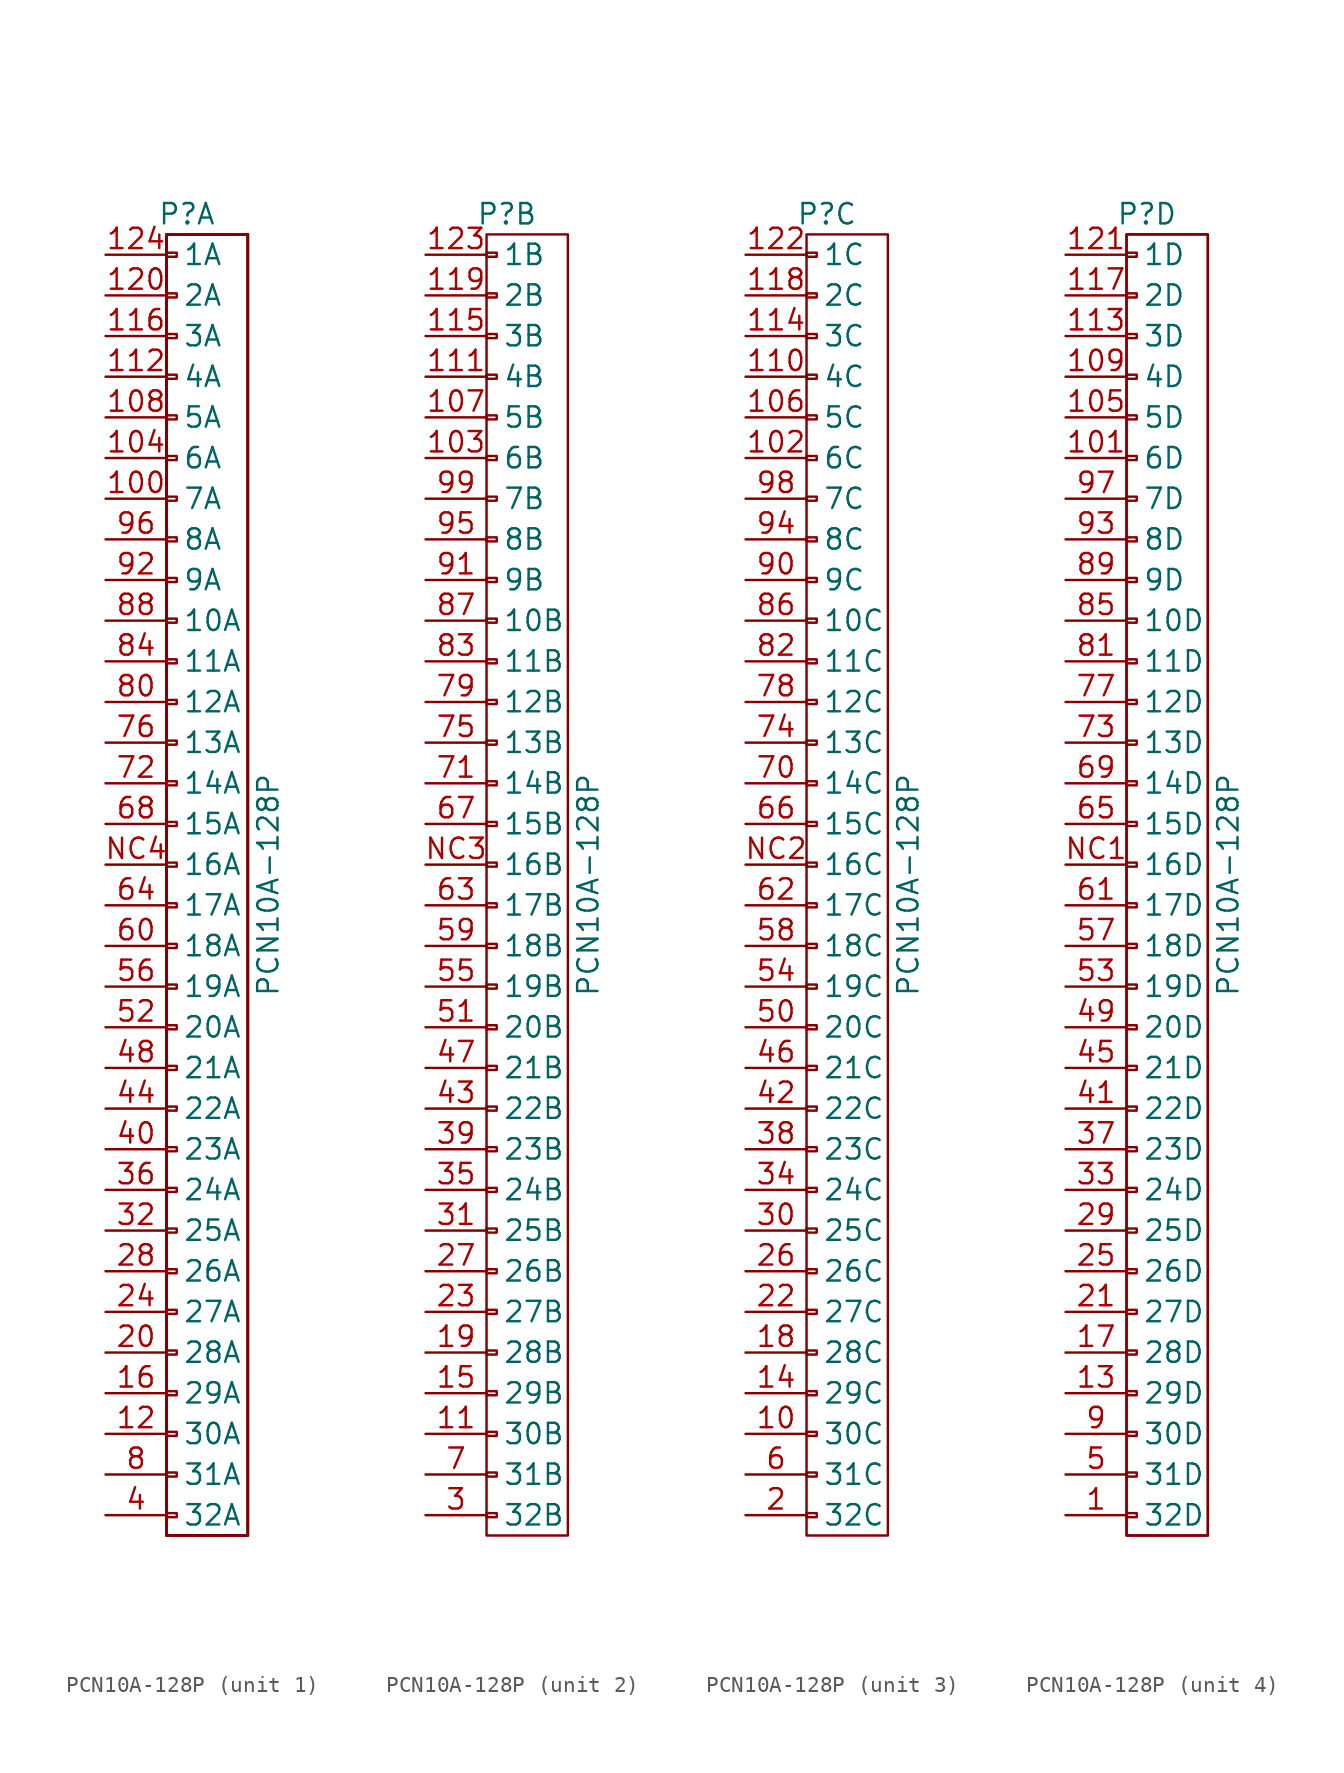
<source format=kicad_sym>
(kicad_symbol_lib
  (version 20211014)
  (generator kicad_symbol_editor)
  (symbol "PCN10A-128P"
    (pin_names
      (offset 1.016))
    (property "Reference" "P"
      (at 0 41.91 0)
      (effects (font (size 1.27 1.27))))
    (property "Value" "PCN10A-128P"
      (at 5.08 0 90)
      (effects (font (size 1.27 1.27))))
    (property "Footprint" ""
      (at 0 0 0)
      (effects (font (size 1.524 1.524))))
    (property "Datasheet" ""
      (at 0 0 0)
      (effects (font (size 1.524 1.524))))
    (property "ki_locked" ""
      (at 0 0 0)
      (effects (font (size 1.27 1.27))))
    (symbol "PCN10A-128P_0_1"
      (rectangle (start -1.27 -39.243) (end -0.635 -39.497) (stroke (width 0) (type default) (color 0 0 0 0)) (fill (type none)))
      (rectangle (start -1.27 -36.703) (end -0.635 -36.957) (stroke (width 0) (type default) (color 0 0 0 0)) (fill (type none)))
      (rectangle (start -1.27 -34.163) (end -0.635 -34.417) (stroke (width 0) (type default) (color 0 0 0 0)) (fill (type none)))
      (rectangle (start -1.27 -31.623) (end -0.635 -31.877) (stroke (width 0) (type default) (color 0 0 0 0)) (fill (type none)))
      (rectangle (start -1.27 -29.083) (end -0.635 -29.337) (stroke (width 0) (type default) (color 0 0 0 0)) (fill (type none)))
      (rectangle (start -1.27 -26.543) (end -0.635 -26.797) (stroke (width 0) (type default) (color 0 0 0 0)) (fill (type none)))
      (rectangle (start -1.27 -24.003) (end -0.635 -24.257) (stroke (width 0) (type default) (color 0 0 0 0)) (fill (type none)))
      (rectangle (start -1.27 -21.463) (end -0.635 -21.717) (stroke (width 0) (type default) (color 0 0 0 0)) (fill (type none)))
      (rectangle (start -1.27 -18.923) (end -0.635 -19.177) (stroke (width 0) (type default) (color 0 0 0 0)) (fill (type none)))
      (rectangle (start -1.27 -16.383) (end -0.635 -16.637) (stroke (width 0) (type default) (color 0 0 0 0)) (fill (type none)))
      (rectangle (start -1.27 -13.843) (end -0.635 -14.097) (stroke (width 0) (type default) (color 0 0 0 0)) (fill (type none)))
      (rectangle (start -1.27 -11.303) (end -0.635 -11.557) (stroke (width 0) (type default) (color 0 0 0 0)) (fill (type none)))
      (rectangle (start -1.27 -8.763) (end -0.635 -9.017) (stroke (width 0) (type default) (color 0 0 0 0)) (fill (type none)))
      (rectangle (start -1.27 -6.223) (end -0.635 -6.477) (stroke (width 0) (type default) (color 0 0 0 0)) (fill (type none)))
      (rectangle (start -1.27 -3.683) (end -0.635 -3.937) (stroke (width 0) (type default) (color 0 0 0 0)) (fill (type none)))
      (rectangle (start -1.27 -1.143) (end -0.635 -1.397) (stroke (width 0) (type default) (color 0 0 0 0)) (fill (type none)))
      (rectangle (start -1.27 1.397) (end -0.635 1.143) (stroke (width 0) (type default) (color 0 0 0 0)) (fill (type none)))
      (rectangle (start -1.27 3.937) (end -0.635 3.683) (stroke (width 0) (type default) (color 0 0 0 0)) (fill (type none)))
      (rectangle (start -1.27 6.477) (end -0.635 6.223) (stroke (width 0) (type default) (color 0 0 0 0)) (fill (type none)))
      (rectangle (start -1.27 9.017) (end -0.635 8.763) (stroke (width 0) (type default) (color 0 0 0 0)) (fill (type none)))
      (rectangle (start -1.27 11.557) (end -0.635 11.303) (stroke (width 0) (type default) (color 0 0 0 0)) (fill (type none)))
      (rectangle (start -1.27 14.097) (end -0.635 13.843) (stroke (width 0) (type default) (color 0 0 0 0)) (fill (type none)))
      (rectangle (start -1.27 16.637) (end -0.635 16.383) (stroke (width 0) (type default) (color 0 0 0 0)) (fill (type none)))
      (rectangle (start -1.27 19.177) (end -0.635 18.923) (stroke (width 0) (type default) (color 0 0 0 0)) (fill (type none)))
      (rectangle (start -1.27 21.717) (end -0.635 21.463) (stroke (width 0) (type default) (color 0 0 0 0)) (fill (type none)))
      (rectangle (start -1.27 24.257) (end -0.635 24.003) (stroke (width 0) (type default) (color 0 0 0 0)) (fill (type none)))
      (rectangle (start -1.27 26.797) (end -0.635 26.543) (stroke (width 0) (type default) (color 0 0 0 0)) (fill (type none)))
      (rectangle (start -1.27 29.337) (end -0.635 29.083) (stroke (width 0) (type default) (color 0 0 0 0)) (fill (type none)))
      (rectangle (start -1.27 31.877) (end -0.635 31.623) (stroke (width 0) (type default) (color 0 0 0 0)) (fill (type none)))
      (rectangle (start -1.27 34.417) (end -0.635 34.163) (stroke (width 0) (type default) (color 0 0 0 0)) (fill (type none)))
      (rectangle (start -1.27 36.957) (end -0.635 36.703) (stroke (width 0) (type default) (color 0 0 0 0)) (fill (type none)))
      (rectangle (start -1.27 39.497) (end -0.635 39.243) (stroke (width 0) (type default) (color 0 0 0 0)) (fill (type none)))
      (rectangle (start -1.27 40.64) (end 3.81 -40.64) (stroke (width 0) (type default) (color 0 0 0 0)) (fill (type none))))
    (symbol "PCN10A-128P_1_1"
      (rectangle (start -1.27 -40.64) (end 3.81 40.64) (stroke (width 0) (type default) (color 0 0 0 0)) (fill (type none)))
      (rectangle (start -1.27 -40.64) (end 3.81 40.64) (stroke (width 0) (type default) (color 0 0 0 0)) (fill (type none)))
      (rectangle (start -1.27 -40.64) (end 3.81 40.64) (stroke (width 0) (type default) (color 0 0 0 0)) (fill (type none)))
      (rectangle (start -1.27 -40.64) (end 3.81 40.64) (stroke (width 0) (type default) (color 0 0 0 0)) (fill (type none)))
      (pin passive line (at -5.08 24.13 0) (length 3.81) (name "7A" (effects (font (size 1.27 1.27)))) (number "100" (effects (font (size 1.27 1.27)))))
      (pin passive line (at -5.08 26.67 0) (length 3.81) (name "6A" (effects (font (size 1.27 1.27)))) (number "104" (effects (font (size 1.27 1.27)))))
      (pin passive line (at -5.08 29.21 0) (length 3.81) (name "5A" (effects (font (size 1.27 1.27)))) (number "108" (effects (font (size 1.27 1.27)))))
      (pin passive line (at -5.08 31.75 0) (length 3.81) (name "4A" (effects (font (size 1.27 1.27)))) (number "112" (effects (font (size 1.27 1.27)))))
      (pin passive line (at -5.08 34.29 0) (length 3.81) (name "3A" (effects (font (size 1.27 1.27)))) (number "116" (effects (font (size 1.27 1.27)))))
      (pin passive line (at -5.08 -34.29 0) (length 3.81) (name "30A" (effects (font (size 1.27 1.27)))) (number "12" (effects (font (size 1.27 1.27)))))
      (pin passive line (at -5.08 36.83 0) (length 3.81) (name "2A" (effects (font (size 1.27 1.27)))) (number "120" (effects (font (size 1.27 1.27)))))
      (pin passive line (at -5.08 39.37 0) (length 3.81) (name "1A" (effects (font (size 1.27 1.27)))) (number "124" (effects (font (size 1.27 1.27)))))
      (pin passive line (at -5.08 -31.75 0) (length 3.81) (name "29A" (effects (font (size 1.27 1.27)))) (number "16" (effects (font (size 1.27 1.27)))))
      (pin passive line (at -5.08 -29.21 0) (length 3.81) (name "28A" (effects (font (size 1.27 1.27)))) (number "20" (effects (font (size 1.27 1.27)))))
      (pin passive line (at -5.08 -26.67 0) (length 3.81) (name "27A" (effects (font (size 1.27 1.27)))) (number "24" (effects (font (size 1.27 1.27)))))
      (pin passive line (at -5.08 -24.13 0) (length 3.81) (name "26A" (effects (font (size 1.27 1.27)))) (number "28" (effects (font (size 1.27 1.27)))))
      (pin passive line (at -5.08 -21.59 0) (length 3.81) (name "25A" (effects (font (size 1.27 1.27)))) (number "32" (effects (font (size 1.27 1.27)))))
      (pin passive line (at -5.08 -19.05 0) (length 3.81) (name "24A" (effects (font (size 1.27 1.27)))) (number "36" (effects (font (size 1.27 1.27)))))
      (pin passive line (at -5.08 -39.37 0) (length 3.81) (name "32A" (effects (font (size 1.27 1.27)))) (number "4" (effects (font (size 1.27 1.27)))))
      (pin passive line (at -5.08 -16.51 0) (length 3.81) (name "23A" (effects (font (size 1.27 1.27)))) (number "40" (effects (font (size 1.27 1.27)))))
      (pin passive line (at -5.08 -13.97 0) (length 3.81) (name "22A" (effects (font (size 1.27 1.27)))) (number "44" (effects (font (size 1.27 1.27)))))
      (pin passive line (at -5.08 -11.43 0) (length 3.81) (name "21A" (effects (font (size 1.27 1.27)))) (number "48" (effects (font (size 1.27 1.27)))))
      (pin passive line (at -5.08 -8.89 0) (length 3.81) (name "20A" (effects (font (size 1.27 1.27)))) (number "52" (effects (font (size 1.27 1.27)))))
      (pin passive line (at -5.08 -6.35 0) (length 3.81) (name "19A" (effects (font (size 1.27 1.27)))) (number "56" (effects (font (size 1.27 1.27)))))
      (pin passive line (at -5.08 -3.81 0) (length 3.81) (name "18A" (effects (font (size 1.27 1.27)))) (number "60" (effects (font (size 1.27 1.27)))))
      (pin passive line (at -5.08 -1.27 0) (length 3.81) (name "17A" (effects (font (size 1.27 1.27)))) (number "64" (effects (font (size 1.27 1.27)))))
      (pin passive line (at -5.08 3.81 0) (length 3.81) (name "15A" (effects (font (size 1.27 1.27)))) (number "68" (effects (font (size 1.27 1.27)))))
      (pin passive line (at -5.08 6.35 0) (length 3.81) (name "14A" (effects (font (size 1.27 1.27)))) (number "72" (effects (font (size 1.27 1.27)))))
      (pin passive line (at -5.08 8.89 0) (length 3.81) (name "13A" (effects (font (size 1.27 1.27)))) (number "76" (effects (font (size 1.27 1.27)))))
      (pin passive line (at -5.08 -36.83 0) (length 3.81) (name "31A" (effects (font (size 1.27 1.27)))) (number "8" (effects (font (size 1.27 1.27)))))
      (pin passive line (at -5.08 11.43 0) (length 3.81) (name "12A" (effects (font (size 1.27 1.27)))) (number "80" (effects (font (size 1.27 1.27)))))
      (pin passive line (at -5.08 13.97 0) (length 3.81) (name "11A" (effects (font (size 1.27 1.27)))) (number "84" (effects (font (size 1.27 1.27)))))
      (pin passive line (at -5.08 16.51 0) (length 3.81) (name "10A" (effects (font (size 1.27 1.27)))) (number "88" (effects (font (size 1.27 1.27)))))
      (pin passive line (at -5.08 19.05 0) (length 3.81) (name "9A" (effects (font (size 1.27 1.27)))) (number "92" (effects (font (size 1.27 1.27)))))
      (pin passive line (at -5.08 21.59 0) (length 3.81) (name "8A" (effects (font (size 1.27 1.27)))) (number "96" (effects (font (size 1.27 1.27)))))
      (pin passive line (at -5.08 1.27 0) (length 3.81) (name "16A" (effects (font (size 1.27 1.27)))) (number "NC4" (effects (font (size 1.27 1.27))))))
    (symbol "PCN10A-128P_2_1"
      (pin passive line (at -5.08 26.67 0) (length 3.81) (name "6B" (effects (font (size 1.27 1.27)))) (number "103" (effects (font (size 1.27 1.27)))))
      (pin passive line (at -5.08 29.21 0) (length 3.81) (name "5B" (effects (font (size 1.27 1.27)))) (number "107" (effects (font (size 1.27 1.27)))))
      (pin passive line (at -5.08 -34.29 0) (length 3.81) (name "30B" (effects (font (size 1.27 1.27)))) (number "11" (effects (font (size 1.27 1.27)))))
      (pin passive line (at -5.08 31.75 0) (length 3.81) (name "4B" (effects (font (size 1.27 1.27)))) (number "111" (effects (font (size 1.27 1.27)))))
      (pin passive line (at -5.08 34.29 0) (length 3.81) (name "3B" (effects (font (size 1.27 1.27)))) (number "115" (effects (font (size 1.27 1.27)))))
      (pin passive line (at -5.08 36.83 0) (length 3.81) (name "2B" (effects (font (size 1.27 1.27)))) (number "119" (effects (font (size 1.27 1.27)))))
      (pin passive line (at -5.08 39.37 0) (length 3.81) (name "1B" (effects (font (size 1.27 1.27)))) (number "123" (effects (font (size 1.27 1.27)))))
      (pin passive line (at -5.08 -31.75 0) (length 3.81) (name "29B" (effects (font (size 1.27 1.27)))) (number "15" (effects (font (size 1.27 1.27)))))
      (pin passive line (at -5.08 -29.21 0) (length 3.81) (name "28B" (effects (font (size 1.27 1.27)))) (number "19" (effects (font (size 1.27 1.27)))))
      (pin passive line (at -5.08 -26.67 0) (length 3.81) (name "27B" (effects (font (size 1.27 1.27)))) (number "23" (effects (font (size 1.27 1.27)))))
      (pin passive line (at -5.08 -24.13 0) (length 3.81) (name "26B" (effects (font (size 1.27 1.27)))) (number "27" (effects (font (size 1.27 1.27)))))
      (pin passive line (at -5.08 -39.37 0) (length 3.81) (name "32B" (effects (font (size 1.27 1.27)))) (number "3" (effects (font (size 1.27 1.27)))))
      (pin passive line (at -5.08 -21.59 0) (length 3.81) (name "25B" (effects (font (size 1.27 1.27)))) (number "31" (effects (font (size 1.27 1.27)))))
      (pin passive line (at -5.08 -19.05 0) (length 3.81) (name "24B" (effects (font (size 1.27 1.27)))) (number "35" (effects (font (size 1.27 1.27)))))
      (pin passive line (at -5.08 -16.51 0) (length 3.81) (name "23B" (effects (font (size 1.27 1.27)))) (number "39" (effects (font (size 1.27 1.27)))))
      (pin passive line (at -5.08 -13.97 0) (length 3.81) (name "22B" (effects (font (size 1.27 1.27)))) (number "43" (effects (font (size 1.27 1.27)))))
      (pin passive line (at -5.08 -11.43 0) (length 3.81) (name "21B" (effects (font (size 1.27 1.27)))) (number "47" (effects (font (size 1.27 1.27)))))
      (pin passive line (at -5.08 -8.89 0) (length 3.81) (name "20B" (effects (font (size 1.27 1.27)))) (number "51" (effects (font (size 1.27 1.27)))))
      (pin passive line (at -5.08 -6.35 0) (length 3.81) (name "19B" (effects (font (size 1.27 1.27)))) (number "55" (effects (font (size 1.27 1.27)))))
      (pin passive line (at -5.08 -3.81 0) (length 3.81) (name "18B" (effects (font (size 1.27 1.27)))) (number "59" (effects (font (size 1.27 1.27)))))
      (pin passive line (at -5.08 -1.27 0) (length 3.81) (name "17B" (effects (font (size 1.27 1.27)))) (number "63" (effects (font (size 1.27 1.27)))))
      (pin passive line (at -5.08 3.81 0) (length 3.81) (name "15B" (effects (font (size 1.27 1.27)))) (number "67" (effects (font (size 1.27 1.27)))))
      (pin passive line (at -5.08 -36.83 0) (length 3.81) (name "31B" (effects (font (size 1.27 1.27)))) (number "7" (effects (font (size 1.27 1.27)))))
      (pin passive line (at -5.08 6.35 0) (length 3.81) (name "14B" (effects (font (size 1.27 1.27)))) (number "71" (effects (font (size 1.27 1.27)))))
      (pin passive line (at -5.08 8.89 0) (length 3.81) (name "13B" (effects (font (size 1.27 1.27)))) (number "75" (effects (font (size 1.27 1.27)))))
      (pin passive line (at -5.08 11.43 0) (length 3.81) (name "12B" (effects (font (size 1.27 1.27)))) (number "79" (effects (font (size 1.27 1.27)))))
      (pin passive line (at -5.08 13.97 0) (length 3.81) (name "11B" (effects (font (size 1.27 1.27)))) (number "83" (effects (font (size 1.27 1.27)))))
      (pin passive line (at -5.08 16.51 0) (length 3.81) (name "10B" (effects (font (size 1.27 1.27)))) (number "87" (effects (font (size 1.27 1.27)))))
      (pin passive line (at -5.08 19.05 0) (length 3.81) (name "9B" (effects (font (size 1.27 1.27)))) (number "91" (effects (font (size 1.27 1.27)))))
      (pin passive line (at -5.08 21.59 0) (length 3.81) (name "8B" (effects (font (size 1.27 1.27)))) (number "95" (effects (font (size 1.27 1.27)))))
      (pin passive line (at -5.08 24.13 0) (length 3.81) (name "7B" (effects (font (size 1.27 1.27)))) (number "99" (effects (font (size 1.27 1.27)))))
      (pin passive line (at -5.08 1.27 0) (length 3.81) (name "16B" (effects (font (size 1.27 1.27)))) (number "NC3" (effects (font (size 1.27 1.27))))))
    (symbol "PCN10A-128P_3_1"
      (pin passive line (at -5.08 -34.29 0) (length 3.81) (name "30C" (effects (font (size 1.27 1.27)))) (number "10" (effects (font (size 1.27 1.27)))))
      (pin passive line (at -5.08 26.67 0) (length 3.81) (name "6C" (effects (font (size 1.27 1.27)))) (number "102" (effects (font (size 1.27 1.27)))))
      (pin passive line (at -5.08 29.21 0) (length 3.81) (name "5C" (effects (font (size 1.27 1.27)))) (number "106" (effects (font (size 1.27 1.27)))))
      (pin passive line (at -5.08 31.75 0) (length 3.81) (name "4C" (effects (font (size 1.27 1.27)))) (number "110" (effects (font (size 1.27 1.27)))))
      (pin passive line (at -5.08 34.29 0) (length 3.81) (name "3C" (effects (font (size 1.27 1.27)))) (number "114" (effects (font (size 1.27 1.27)))))
      (pin passive line (at -5.08 36.83 0) (length 3.81) (name "2C" (effects (font (size 1.27 1.27)))) (number "118" (effects (font (size 1.27 1.27)))))
      (pin passive line (at -5.08 39.37 0) (length 3.81) (name "1C" (effects (font (size 1.27 1.27)))) (number "122" (effects (font (size 1.27 1.27)))))
      (pin passive line (at -5.08 -31.75 0) (length 3.81) (name "29C" (effects (font (size 1.27 1.27)))) (number "14" (effects (font (size 1.27 1.27)))))
      (pin passive line (at -5.08 -29.21 0) (length 3.81) (name "28C" (effects (font (size 1.27 1.27)))) (number "18" (effects (font (size 1.27 1.27)))))
      (pin passive line (at -5.08 -39.37 0) (length 3.81) (name "32C" (effects (font (size 1.27 1.27)))) (number "2" (effects (font (size 1.27 1.27)))))
      (pin passive line (at -5.08 -26.67 0) (length 3.81) (name "27C" (effects (font (size 1.27 1.27)))) (number "22" (effects (font (size 1.27 1.27)))))
      (pin passive line (at -5.08 -24.13 0) (length 3.81) (name "26C" (effects (font (size 1.27 1.27)))) (number "26" (effects (font (size 1.27 1.27)))))
      (pin passive line (at -5.08 -21.59 0) (length 3.81) (name "25C" (effects (font (size 1.27 1.27)))) (number "30" (effects (font (size 1.27 1.27)))))
      (pin passive line (at -5.08 -19.05 0) (length 3.81) (name "24C" (effects (font (size 1.27 1.27)))) (number "34" (effects (font (size 1.27 1.27)))))
      (pin passive line (at -5.08 -16.51 0) (length 3.81) (name "23C" (effects (font (size 1.27 1.27)))) (number "38" (effects (font (size 1.27 1.27)))))
      (pin passive line (at -5.08 -13.97 0) (length 3.81) (name "22C" (effects (font (size 1.27 1.27)))) (number "42" (effects (font (size 1.27 1.27)))))
      (pin passive line (at -5.08 -11.43 0) (length 3.81) (name "21C" (effects (font (size 1.27 1.27)))) (number "46" (effects (font (size 1.27 1.27)))))
      (pin passive line (at -5.08 -8.89 0) (length 3.81) (name "20C" (effects (font (size 1.27 1.27)))) (number "50" (effects (font (size 1.27 1.27)))))
      (pin passive line (at -5.08 -6.35 0) (length 3.81) (name "19C" (effects (font (size 1.27 1.27)))) (number "54" (effects (font (size 1.27 1.27)))))
      (pin passive line (at -5.08 -3.81 0) (length 3.81) (name "18C" (effects (font (size 1.27 1.27)))) (number "58" (effects (font (size 1.27 1.27)))))
      (pin passive line (at -5.08 -36.83 0) (length 3.81) (name "31C" (effects (font (size 1.27 1.27)))) (number "6" (effects (font (size 1.27 1.27)))))
      (pin passive line (at -5.08 -1.27 0) (length 3.81) (name "17C" (effects (font (size 1.27 1.27)))) (number "62" (effects (font (size 1.27 1.27)))))
      (pin passive line (at -5.08 3.81 0) (length 3.81) (name "15C" (effects (font (size 1.27 1.27)))) (number "66" (effects (font (size 1.27 1.27)))))
      (pin passive line (at -5.08 6.35 0) (length 3.81) (name "14C" (effects (font (size 1.27 1.27)))) (number "70" (effects (font (size 1.27 1.27)))))
      (pin passive line (at -5.08 8.89 0) (length 3.81) (name "13C" (effects (font (size 1.27 1.27)))) (number "74" (effects (font (size 1.27 1.27)))))
      (pin passive line (at -5.08 11.43 0) (length 3.81) (name "12C" (effects (font (size 1.27 1.27)))) (number "78" (effects (font (size 1.27 1.27)))))
      (pin passive line (at -5.08 13.97 0) (length 3.81) (name "11C" (effects (font (size 1.27 1.27)))) (number "82" (effects (font (size 1.27 1.27)))))
      (pin passive line (at -5.08 16.51 0) (length 3.81) (name "10C" (effects (font (size 1.27 1.27)))) (number "86" (effects (font (size 1.27 1.27)))))
      (pin passive line (at -5.08 19.05 0) (length 3.81) (name "9C" (effects (font (size 1.27 1.27)))) (number "90" (effects (font (size 1.27 1.27)))))
      (pin passive line (at -5.08 21.59 0) (length 3.81) (name "8C" (effects (font (size 1.27 1.27)))) (number "94" (effects (font (size 1.27 1.27)))))
      (pin passive line (at -5.08 24.13 0) (length 3.81) (name "7C" (effects (font (size 1.27 1.27)))) (number "98" (effects (font (size 1.27 1.27)))))
      (pin passive line (at -5.08 1.27 0) (length 3.81) (name "16C" (effects (font (size 1.27 1.27)))) (number "NC2" (effects (font (size 1.27 1.27))))))
    (symbol "PCN10A-128P_4_1"
      (rectangle (start -1.27 -40.64) (end 3.81 40.64) (stroke (width 0) (type default) (color 0 0 0 0)) (fill (type none)))
      (pin passive line (at -5.08 -39.37 0) (length 3.81) (name "32D" (effects (font (size 1.27 1.27)))) (number "1" (effects (font (size 1.27 1.27)))))
      (pin passive line (at -5.08 26.67 0) (length 3.81) (name "6D" (effects (font (size 1.27 1.27)))) (number "101" (effects (font (size 1.27 1.27)))))
      (pin passive line (at -5.08 29.21 0) (length 3.81) (name "5D" (effects (font (size 1.27 1.27)))) (number "105" (effects (font (size 1.27 1.27)))))
      (pin passive line (at -5.08 31.75 0) (length 3.81) (name "4D" (effects (font (size 1.27 1.27)))) (number "109" (effects (font (size 1.27 1.27)))))
      (pin passive line (at -5.08 34.29 0) (length 3.81) (name "3D" (effects (font (size 1.27 1.27)))) (number "113" (effects (font (size 1.27 1.27)))))
      (pin passive line (at -5.08 36.83 0) (length 3.81) (name "2D" (effects (font (size 1.27 1.27)))) (number "117" (effects (font (size 1.27 1.27)))))
      (pin passive line (at -5.08 39.37 0) (length 3.81) (name "1D" (effects (font (size 1.27 1.27)))) (number "121" (effects (font (size 1.27 1.27)))))
      (pin passive line (at -5.08 -31.75 0) (length 3.81) (name "29D" (effects (font (size 1.27 1.27)))) (number "13" (effects (font (size 1.27 1.27)))))
      (pin passive line (at -5.08 -29.21 0) (length 3.81) (name "28D" (effects (font (size 1.27 1.27)))) (number "17" (effects (font (size 1.27 1.27)))))
      (pin passive line (at -5.08 -26.67 0) (length 3.81) (name "27D" (effects (font (size 1.27 1.27)))) (number "21" (effects (font (size 1.27 1.27)))))
      (pin passive line (at -5.08 -24.13 0) (length 3.81) (name "26D" (effects (font (size 1.27 1.27)))) (number "25" (effects (font (size 1.27 1.27)))))
      (pin passive line (at -5.08 -21.59 0) (length 3.81) (name "25D" (effects (font (size 1.27 1.27)))) (number "29" (effects (font (size 1.27 1.27)))))
      (pin passive line (at -5.08 -19.05 0) (length 3.81) (name "24D" (effects (font (size 1.27 1.27)))) (number "33" (effects (font (size 1.27 1.27)))))
      (pin passive line (at -5.08 -16.51 0) (length 3.81) (name "23D" (effects (font (size 1.27 1.27)))) (number "37" (effects (font (size 1.27 1.27)))))
      (pin passive line (at -5.08 -13.97 0) (length 3.81) (name "22D" (effects (font (size 1.27 1.27)))) (number "41" (effects (font (size 1.27 1.27)))))
      (pin passive line (at -5.08 -11.43 0) (length 3.81) (name "21D" (effects (font (size 1.27 1.27)))) (number "45" (effects (font (size 1.27 1.27)))))
      (pin passive line (at -5.08 -8.89 0) (length 3.81) (name "20D" (effects (font (size 1.27 1.27)))) (number "49" (effects (font (size 1.27 1.27)))))
      (pin passive line (at -5.08 -36.83 0) (length 3.81) (name "31D" (effects (font (size 1.27 1.27)))) (number "5" (effects (font (size 1.27 1.27)))))
      (pin passive line (at -5.08 -6.35 0) (length 3.81) (name "19D" (effects (font (size 1.27 1.27)))) (number "53" (effects (font (size 1.27 1.27)))))
      (pin passive line (at -5.08 -3.81 0) (length 3.81) (name "18D" (effects (font (size 1.27 1.27)))) (number "57" (effects (font (size 1.27 1.27)))))
      (pin passive line (at -5.08 -1.27 0) (length 3.81) (name "17D" (effects (font (size 1.27 1.27)))) (number "61" (effects (font (size 1.27 1.27)))))
      (pin passive line (at -5.08 3.81 0) (length 3.81) (name "15D" (effects (font (size 1.27 1.27)))) (number "65" (effects (font (size 1.27 1.27)))))
      (pin passive line (at -5.08 6.35 0) (length 3.81) (name "14D" (effects (font (size 1.27 1.27)))) (number "69" (effects (font (size 1.27 1.27)))))
      (pin passive line (at -5.08 8.89 0) (length 3.81) (name "13D" (effects (font (size 1.27 1.27)))) (number "73" (effects (font (size 1.27 1.27)))))
      (pin passive line (at -5.08 11.43 0) (length 3.81) (name "12D" (effects (font (size 1.27 1.27)))) (number "77" (effects (font (size 1.27 1.27)))))
      (pin passive line (at -5.08 13.97 0) (length 3.81) (name "11D" (effects (font (size 1.27 1.27)))) (number "81" (effects (font (size 1.27 1.27)))))
      (pin passive line (at -5.08 16.51 0) (length 3.81) (name "10D" (effects (font (size 1.27 1.27)))) (number "85" (effects (font (size 1.27 1.27)))))
      (pin passive line (at -5.08 19.05 0) (length 3.81) (name "9D" (effects (font (size 1.27 1.27)))) (number "89" (effects (font (size 1.27 1.27)))))
      (pin passive line (at -5.08 -34.29 0) (length 3.81) (name "30D" (effects (font (size 1.27 1.27)))) (number "9" (effects (font (size 1.27 1.27)))))
      (pin passive line (at -5.08 21.59 0) (length 3.81) (name "8D" (effects (font (size 1.27 1.27)))) (number "93" (effects (font (size 1.27 1.27)))))
      (pin passive line (at -5.08 24.13 0) (length 3.81) (name "7D" (effects (font (size 1.27 1.27)))) (number "97" (effects (font (size 1.27 1.27)))))
      (pin passive line (at -5.08 1.27 0) (length 3.81) (name "16D" (effects (font (size 1.27 1.27)))) (number "NC1" (effects (font (size 1.27 1.27))))))))
</source>
